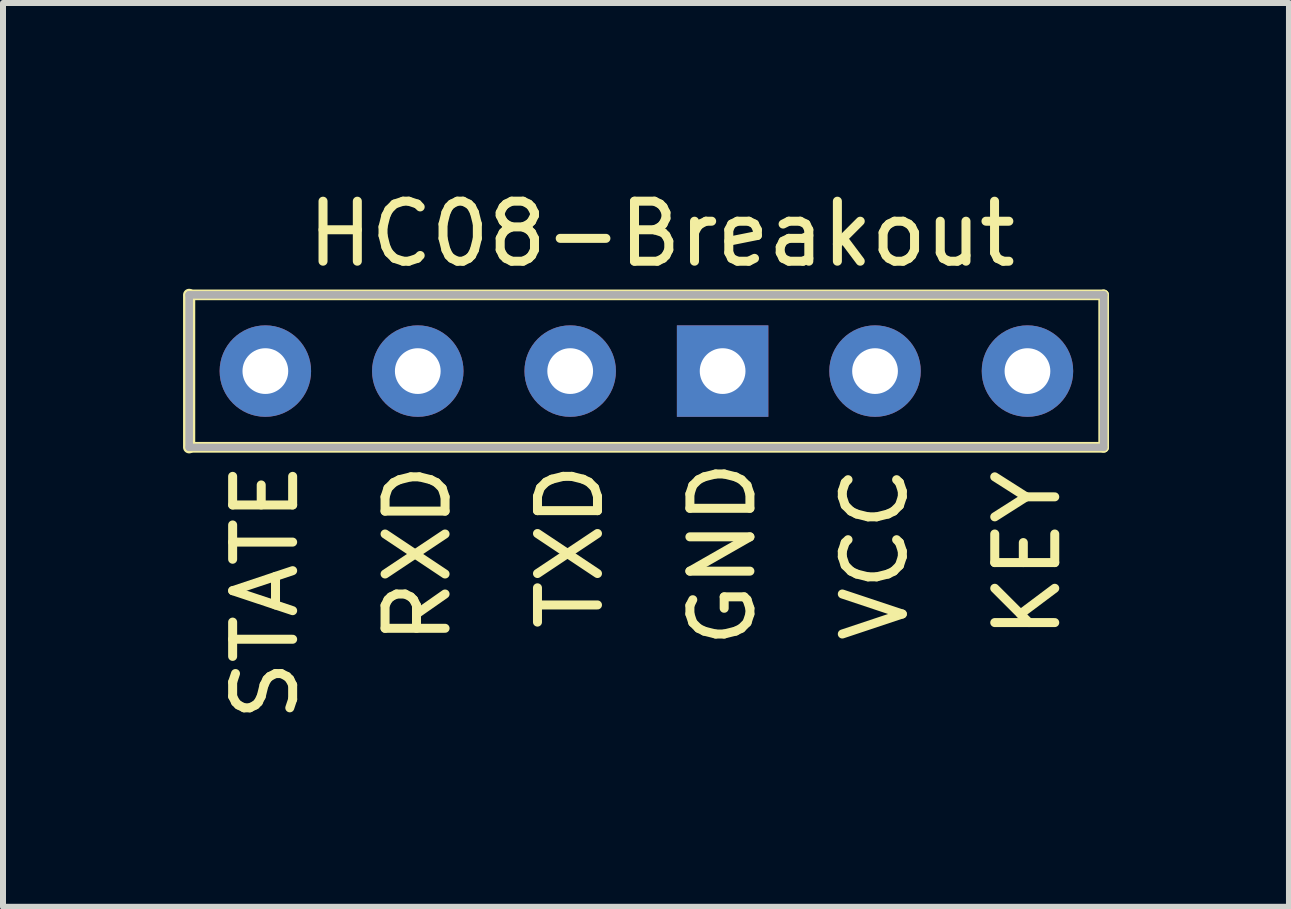
<source format=kicad_pcb>
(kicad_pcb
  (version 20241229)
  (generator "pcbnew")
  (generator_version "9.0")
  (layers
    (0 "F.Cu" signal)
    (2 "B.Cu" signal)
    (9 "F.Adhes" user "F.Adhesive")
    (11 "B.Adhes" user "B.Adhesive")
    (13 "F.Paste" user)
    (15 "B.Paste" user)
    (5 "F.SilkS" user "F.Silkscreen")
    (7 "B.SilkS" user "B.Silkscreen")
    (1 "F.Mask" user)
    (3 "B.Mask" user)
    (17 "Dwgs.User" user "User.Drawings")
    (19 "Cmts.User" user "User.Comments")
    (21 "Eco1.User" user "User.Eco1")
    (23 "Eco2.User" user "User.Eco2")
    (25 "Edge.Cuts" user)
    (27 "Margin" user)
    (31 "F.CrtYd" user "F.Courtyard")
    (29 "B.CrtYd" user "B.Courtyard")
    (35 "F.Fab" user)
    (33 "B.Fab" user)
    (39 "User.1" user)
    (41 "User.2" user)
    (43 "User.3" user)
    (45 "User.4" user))
  (footprint "HC08-Breakout"
    (layer "F.Cu")
    (at 7.722 3.134)
    (property "Reference" "HC08-Breakout" (at 0.254 -2.286 0) (layer "F.SilkS") (effects (font (size 1 1) (thickness 0.15))))
    (attr through_hole)
    (fp_line (start -7.62 -1.27) (end -7.62 1.27) (stroke (width 0.203) (type solid)) (layer "F.SilkS"))
    (fp_line (start -7.62 1.27) (end 7.62 1.27) (stroke (width 0.178) (type solid)) (layer "F.SilkS"))
    (fp_line (start 7.62 -1.27) (end -7.62 -1.27) (stroke (width 0.178) (type solid)) (layer "F.SilkS"))
    (fp_line (start 7.62 1.27) (end 7.62 -1.27) (stroke (width 0.178) (type solid)) (layer "F.SilkS"))
    (fp_line (start -7.62 -1.27) (end -7.62 1.27) (stroke (width 0.127) (type solid)) (layer "F.Fab"))
    (fp_line (start -7.62 1.27) (end 7.62 1.27) (stroke (width 0.12) (type solid)) (layer "F.Fab"))
    (fp_line (start 7.62 -1.27) (end -7.62 -1.27) (stroke (width 0.127) (type solid)) (layer "F.Fab"))
    (fp_line (start 7.62 1.27) (end 7.62 -1.27) (stroke (width 0.127) (type solid)) (layer "F.Fab"))
    (fp_text user "STATE" (at -6.35 3.683 90) (layer "F.SilkS") (effects (font (size 1 1) (thickness 0.15))))
    (fp_text user "GND" (at 1.27 3.048 90) (layer "F.SilkS") (effects (font (size 1 1) (thickness 0.15))))
    (fp_text user "KEY" (at 6.35 3.048 90) (layer "F.SilkS") (effects (font (size 1 1) (thickness 0.15))))
    (fp_text user "VCC" (at 3.81 3.048 90) (layer "F.SilkS") (effects (font (size 1 1) (thickness 0.15))))
    (fp_text user "TXD" (at -1.27 2.921 90) (layer "F.SilkS") (effects (font (size 1 1) (thickness 0.15))))
    (fp_text user "RXD" (at -3.81 3.048 270) (layer "F.SilkS") (effects (font (size 1 1) (thickness 0.15))))
    (pad "1" thru_hole circle (at -6.35 0) (size 1.524 1.524) (drill 0.762) (layers "*.Cu" "*.Mask"))
    (pad "2" thru_hole circle (at -3.81 0) (size 1.524 1.524) (drill 0.762) (layers "*.Cu" "*.Mask"))
    (pad "3" thru_hole circle (at -1.27 0) (size 1.524 1.524) (drill 0.762) (layers "*.Cu" "*.Mask"))
    (pad "4" thru_hole rect (at 1.27 0) (size 1.524 1.524) (drill 0.762) (layers "*.Cu" "*.Mask"))
    (pad "5" thru_hole circle (at 3.81 0) (size 1.524 1.524) (drill 0.762) (layers "*.Cu" "*.Mask"))
    (pad "6" thru_hole circle (at 6.35 0) (size 1.524 1.524) (drill 0.762) (layers "*.Cu" "*.Mask")))
  (gr_rect
    (start -3 -3)
    (end 18.43 12.061)
    (stroke (width 0.1) (type default))
    (fill no)
    (layer "Edge.Cuts")))
</source>
